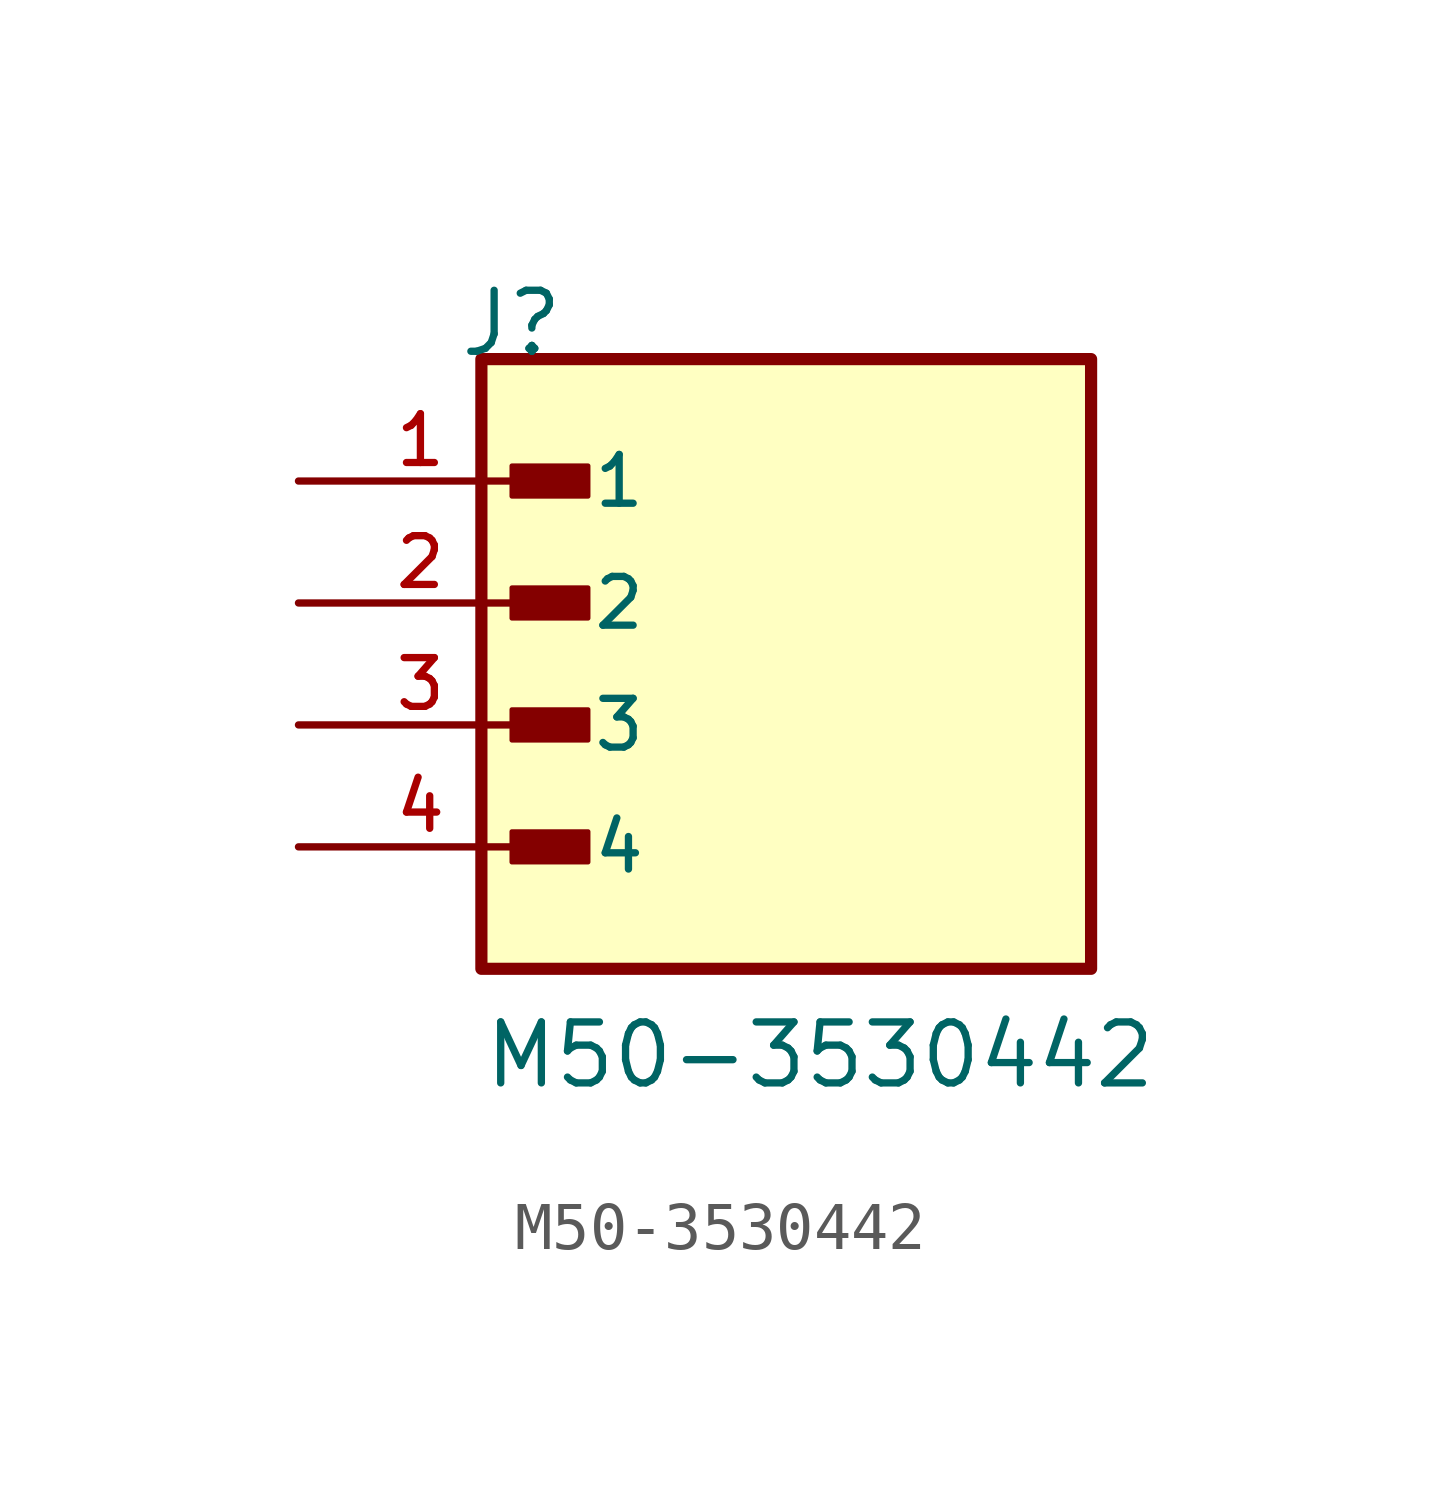
<source format=kicad_sym>
(kicad_symbol_lib
  (version 20211014)
  (generator kicad_symbol_editor)
  (symbol "M50-3530442"
    (pin_names
      (offset 1.016))
    (property "Reference" "J"
      (at -6.85 7.62 0)
      (effects (font (size 1.27 1.27)) (justify bottom left)))
    (property "Value" "M50-3530442"
      (at -6.35 -7.62 0)
      (effects (font (size 1.27 1.27)) (justify bottom left)))
    (symbol "M50-3530442_0_0"
      (rectangle (start -5.715 4.763) (end -4.128 5.397) (stroke (width 0.1)) (fill (type outline)))
      (rectangle (start -5.715 2.223) (end -4.128 2.857) (stroke (width 0.1)) (fill (type outline)))
      (rectangle (start -5.715 -0.318) (end -4.128 0.318) (stroke (width 0.1)) (fill (type outline)))
      (rectangle (start -5.715 -2.857) (end -4.128 -2.223) (stroke (width 0.1)) (fill (type outline)))
      (rectangle (start -6.35 -5.08) (end 6.35 7.62) (stroke (width 0.254)) (fill (type background)))
      (pin passive line (at -10.16 5.08 0) (length 5.08) (name "1" (effects (font (size 1.016 1.016)))) (number "1" (effects (font (size 1.016 1.016)))))
      (pin passive line (at -10.16 2.54 0) (length 5.08) (name "2" (effects (font (size 1.016 1.016)))) (number "2" (effects (font (size 1.016 1.016)))))
      (pin passive line (at -10.16 0.0 0) (length 5.08) (name "3" (effects (font (size 1.016 1.016)))) (number "3" (effects (font (size 1.016 1.016)))))
      (pin passive line (at -10.16 -2.54 0) (length 5.08) (name "4" (effects (font (size 1.016 1.016)))) (number "4" (effects (font (size 1.016 1.016))))))))
</source>
